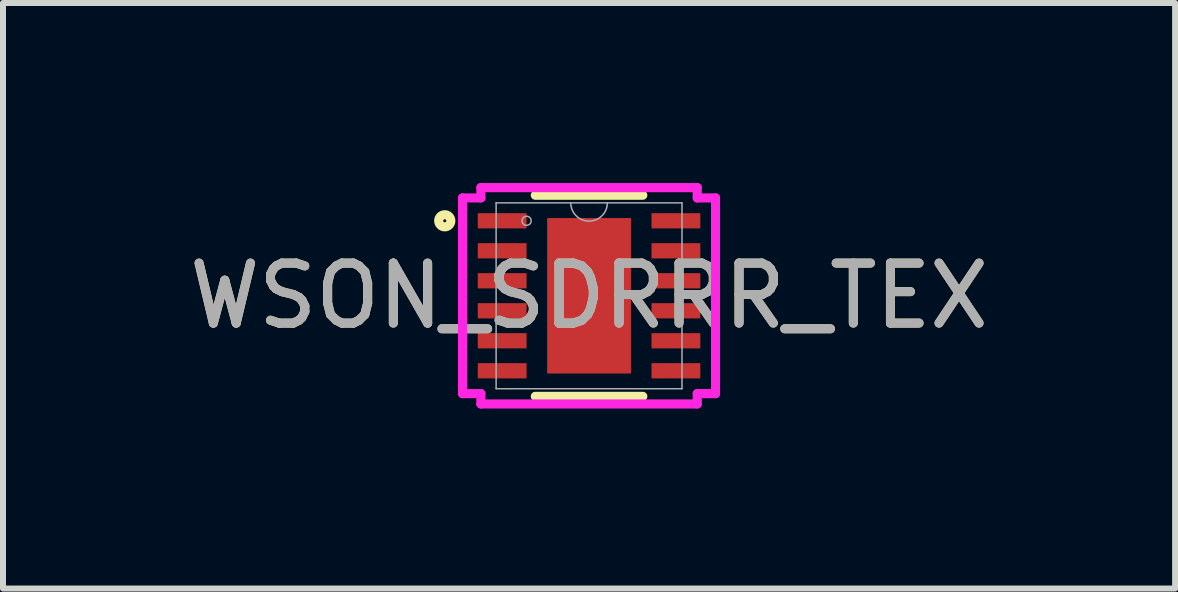
<source format=kicad_pcb>
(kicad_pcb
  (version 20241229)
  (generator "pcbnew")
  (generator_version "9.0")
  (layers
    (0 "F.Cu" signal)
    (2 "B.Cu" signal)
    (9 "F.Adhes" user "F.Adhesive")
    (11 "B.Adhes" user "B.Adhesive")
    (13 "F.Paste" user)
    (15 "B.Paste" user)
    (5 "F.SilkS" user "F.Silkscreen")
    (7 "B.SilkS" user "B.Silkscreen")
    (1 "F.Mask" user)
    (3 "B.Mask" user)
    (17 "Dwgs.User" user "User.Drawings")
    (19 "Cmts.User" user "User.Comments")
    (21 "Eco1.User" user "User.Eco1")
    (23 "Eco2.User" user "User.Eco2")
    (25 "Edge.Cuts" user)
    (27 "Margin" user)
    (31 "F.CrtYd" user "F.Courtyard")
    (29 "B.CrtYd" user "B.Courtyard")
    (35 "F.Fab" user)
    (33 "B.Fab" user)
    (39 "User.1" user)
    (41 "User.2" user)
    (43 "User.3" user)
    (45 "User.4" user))
  (footprint "WSON_SDRRR_TEX"
    (layer "F.Cu")
    (at 6.768 1.88)
    (property "Reference" "WSON_SDRRR_TEX" (at 0 0 0) (unlocked yes) (layer "F.SilkS") (effects (font (size 1 1) (thickness 0.15))))
    (attr smd)
    (fp_line (start -0.896 1.676) (end 0.896 1.676) (stroke (width 0.152) (type solid)) (layer "F.SilkS"))
    (fp_line (start 0.896 -1.676) (end -0.896 -1.676) (stroke (width 0.152) (type solid)) (layer "F.SilkS"))
    (fp_circle (center -2.405 -1.25) (end -2.304 -1.25) (stroke (width 0.152) (type solid)) (fill no) (layer "F.SilkS"))
    (fp_poly (pts (xy -0.599 -1.195) (xy -0.599 -0.1) (xy 0.599 -0.1) (xy 0.599 -1.195)) (stroke (width 0) (type solid)) (fill yes) (layer "F.Paste"))
    (fp_poly (pts (xy -0.599 0.1) (xy -0.599 1.195) (xy 0.599 1.195) (xy 0.599 0.1)) (stroke (width 0) (type solid)) (fill yes) (layer "F.Paste"))
    (fp_line (start -2.108 -1.631) (end -1.803 -1.631) (stroke (width 0.152) (type solid)) (layer "F.CrtYd"))
    (fp_line (start -2.108 1.631) (end -2.108 -1.631) (stroke (width 0.152) (type solid)) (layer "F.CrtYd"))
    (fp_line (start -2.108 1.631) (end -1.803 1.631) (stroke (width 0.152) (type solid)) (layer "F.CrtYd"))
    (fp_line (start -1.803 -1.803) (end 1.803 -1.803) (stroke (width 0.152) (type solid)) (layer "F.CrtYd"))
    (fp_line (start -1.803 -1.631) (end -1.803 -1.803) (stroke (width 0.152) (type solid)) (layer "F.CrtYd"))
    (fp_line (start -1.803 1.803) (end -1.803 1.631) (stroke (width 0.152) (type solid)) (layer "F.CrtYd"))
    (fp_line (start 1.803 -1.803) (end 1.803 -1.631) (stroke (width 0.152) (type solid)) (layer "F.CrtYd"))
    (fp_line (start 1.803 1.631) (end 1.803 1.803) (stroke (width 0.152) (type solid)) (layer "F.CrtYd"))
    (fp_line (start 1.803 1.803) (end -1.803 1.803) (stroke (width 0.152) (type solid)) (layer "F.CrtYd"))
    (fp_line (start 2.108 -1.631) (end 1.803 -1.631) (stroke (width 0.152) (type solid)) (layer "F.CrtYd"))
    (fp_line (start 2.108 -1.631) (end 2.108 1.631) (stroke (width 0.152) (type solid)) (layer "F.CrtYd"))
    (fp_line (start 2.108 1.631) (end 1.803 1.631) (stroke (width 0.152) (type solid)) (layer "F.CrtYd"))
    (fp_line (start -1.549 -1.549) (end -1.549 1.549) (stroke (width 0.025) (type solid)) (layer "F.Fab"))
    (fp_line (start -1.549 1.549) (end 1.549 1.549) (stroke (width 0.025) (type solid)) (layer "F.Fab"))
    (fp_line (start 1.549 -1.549) (end -1.549 -1.549) (stroke (width 0.025) (type solid)) (layer "F.Fab"))
    (fp_line (start 1.549 1.549) (end 1.549 -1.549) (stroke (width 0.025) (type solid)) (layer "F.Fab"))
    (fp_arc (start 0.3048 -1.5494) (mid 0 -1.2446) (end -0.3048 -1.5494) (stroke (width 0.0254) (type solid)) (layer "F.Fab"))
    (fp_circle (center -1.041 -1.25) (end -0.965 -1.25) (stroke (width 0.025) (type solid)) (fill no) (layer "F.Fab"))
    (fp_text user "${REFERENCE}" (at 0 0 0) (unlocked yes) (layer "F.Fab") (effects (font (size 1 1) (thickness 0.15))))
    (pad "1" smd rect (at -1.448 -1.25) (size 0.813 0.254) (layers "F.Cu" "F.Mask" "F.Paste"))
    (pad "2" smd rect (at -1.448 -0.75) (size 0.813 0.254) (layers "F.Cu" "F.Mask" "F.Paste"))
    (pad "3" smd rect (at -1.448 -0.25) (size 0.813 0.254) (layers "F.Cu" "F.Mask" "F.Paste"))
    (pad "4" smd rect (at -1.448 0.25) (size 0.813 0.254) (layers "F.Cu" "F.Mask" "F.Paste"))
    (pad "5" smd rect (at -1.448 0.75) (size 0.813 0.254) (layers "F.Cu" "F.Mask" "F.Paste"))
    (pad "6" smd rect (at -1.448 1.25) (size 0.813 0.254) (layers "F.Cu" "F.Mask" "F.Paste"))
    (pad "7" smd rect (at 1.448 1.25) (size 0.813 0.254) (layers "F.Cu" "F.Mask" "F.Paste"))
    (pad "8" smd rect (at 1.448 0.75) (size 0.813 0.254) (layers "F.Cu" "F.Mask" "F.Paste"))
    (pad "9" smd rect (at 1.448 0.25) (size 0.813 0.254) (layers "F.Cu" "F.Mask" "F.Paste"))
    (pad "10" smd rect (at 1.448 -0.25) (size 0.813 0.254) (layers "F.Cu" "F.Mask" "F.Paste"))
    (pad "11" smd rect (at 1.448 -0.75) (size 0.813 0.254) (layers "F.Cu" "F.Mask" "F.Paste"))
    (pad "12" smd rect (at 1.448 -1.25) (size 0.813 0.254) (layers "F.Cu" "F.Mask" "F.Paste"))
    (pad "13" smd rect (at 0 0) (size 1.397 2.591) (layers "F.Cu" "F.Mask" "F.Paste")))
  (gr_rect
    (start -3 -3)
    (end 16.536 6.759)
    (stroke (width 0.1) (type default))
    (fill no)
    (layer "Edge.Cuts")))
</source>
